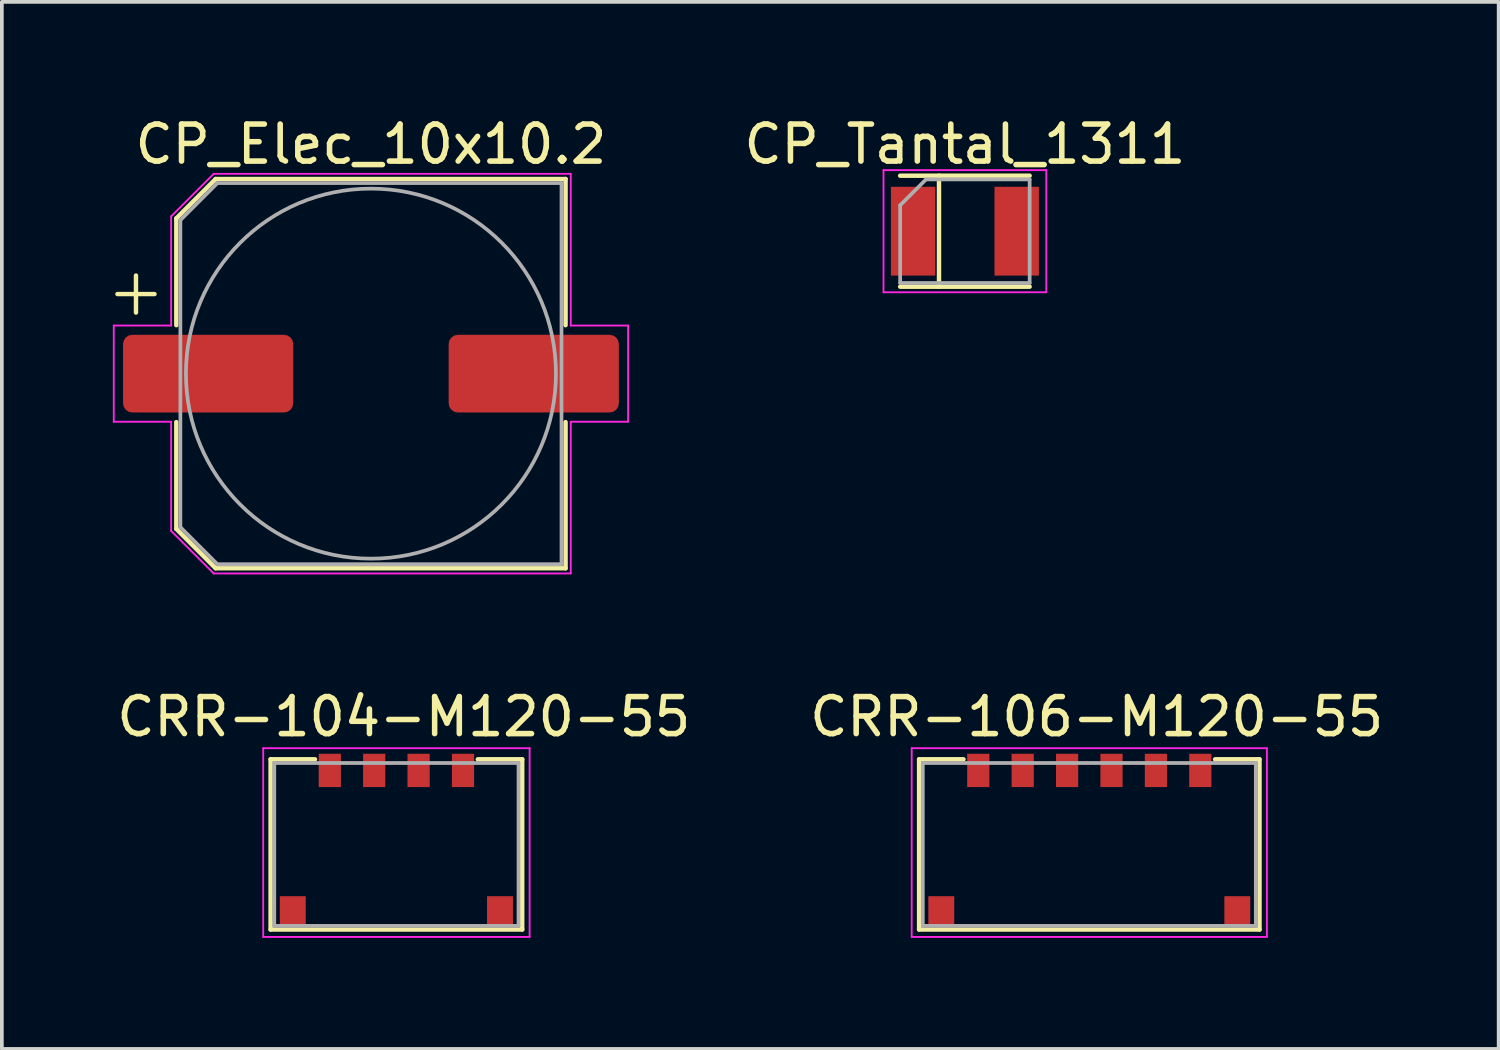
<source format=kicad_pcb>
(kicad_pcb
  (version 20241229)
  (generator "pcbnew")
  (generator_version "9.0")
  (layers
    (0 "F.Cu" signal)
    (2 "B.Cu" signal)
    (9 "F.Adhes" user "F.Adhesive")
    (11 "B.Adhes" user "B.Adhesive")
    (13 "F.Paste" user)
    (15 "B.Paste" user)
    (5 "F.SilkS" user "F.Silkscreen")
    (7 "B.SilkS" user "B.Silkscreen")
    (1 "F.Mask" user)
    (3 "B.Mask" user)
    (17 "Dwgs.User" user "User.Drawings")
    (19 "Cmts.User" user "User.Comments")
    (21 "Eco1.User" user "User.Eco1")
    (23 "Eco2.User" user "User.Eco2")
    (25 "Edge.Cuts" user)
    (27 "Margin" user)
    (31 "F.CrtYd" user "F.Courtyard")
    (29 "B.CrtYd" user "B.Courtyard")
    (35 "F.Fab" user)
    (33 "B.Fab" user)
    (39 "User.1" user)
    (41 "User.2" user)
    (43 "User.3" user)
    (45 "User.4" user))
  (footprint "CP_Tantal_1311"
    (layer "F.Cu")
    (at 23.027 3.198)
    (property "Reference" "CP_Tantal_1311" (at 0 -2.35 0) (layer "F.SilkS") (effects (font (size 1 1) (thickness 0.15))))
    (attr smd)
    (fp_line (start -1.75 -1.5) (end 1.75 -1.5) (stroke (width 0.12) (type solid)) (layer "F.SilkS"))
    (fp_line (start -1.75 1.5) (end 1.75 1.5) (stroke (width 0.12) (type solid)) (layer "F.SilkS"))
    (fp_line (start -0.7 -1.5) (end -0.7 1.5) (stroke (width 0.12) (type solid)) (layer "F.SilkS"))
    (fp_line (start -2.2 -1.65) (end 2.2 -1.65) (stroke (width 0.05) (type solid)) (layer "F.CrtYd"))
    (fp_line (start -2.2 1.65) (end -2.2 -1.65) (stroke (width 0.05) (type solid)) (layer "F.CrtYd"))
    (fp_line (start 2.2 -1.65) (end 2.2 1.65) (stroke (width 0.05) (type solid)) (layer "F.CrtYd"))
    (fp_line (start 2.2 1.65) (end -2.2 1.65) (stroke (width 0.05) (type solid)) (layer "F.CrtYd"))
    (fp_line (start -1.75 -0.7) (end -1.75 1.4) (stroke (width 0.1) (type solid)) (layer "F.Fab"))
    (fp_line (start -1.75 1.4) (end 1.75 1.4) (stroke (width 0.1) (type solid)) (layer "F.Fab"))
    (fp_line (start -1.05 -1.4) (end -1.75 -0.7) (stroke (width 0.1) (type solid)) (layer "F.Fab"))
    (fp_line (start 1.75 -1.4) (end -1.05 -1.4) (stroke (width 0.1) (type solid)) (layer "F.Fab"))
    (fp_line (start 1.75 1.4) (end 1.75 -1.4) (stroke (width 0.1) (type solid)) (layer "F.Fab"))
    (pad "1" smd rect (at -1.4 0) (size 1.2 2.4) (layers "F.Cu" "F.Mask" "F.Paste"))
    (pad "2" smd rect (at 1.4 0) (size 1.2 2.4) (layers "F.Cu" "F.Mask" "F.Paste")))
  (footprint "CP_Elec_10x10.2"
    (layer "F.Cu")
    (at 6.975 7.048)
    (property "Reference" "CP_Elec_10x10.2" (at 0 -6.2 0) (layer "F.SilkS") (effects (font (size 1 1) (thickness 0.15))))
    (attr smd)
    (fp_line (start -6.85 -2.151) (end -5.85 -2.151) (stroke (width 0.12) (type solid)) (layer "F.SilkS"))
    (fp_line (start -6.35 -2.651) (end -6.35 -1.651) (stroke (width 0.12) (type solid)) (layer "F.SilkS"))
    (fp_line (start -5.26 -4.196) (end -5.26 -1.31) (stroke (width 0.12) (type solid)) (layer "F.SilkS"))
    (fp_line (start -5.26 -4.196) (end -4.196 -5.26) (stroke (width 0.12) (type solid)) (layer "F.SilkS"))
    (fp_line (start -5.26 4.196) (end -5.26 1.31) (stroke (width 0.12) (type solid)) (layer "F.SilkS"))
    (fp_line (start -5.26 4.196) (end -4.196 5.26) (stroke (width 0.12) (type solid)) (layer "F.SilkS"))
    (fp_line (start -4.196 -5.26) (end 5.26 -5.26) (stroke (width 0.12) (type solid)) (layer "F.SilkS"))
    (fp_line (start -4.196 5.26) (end 5.26 5.26) (stroke (width 0.12) (type solid)) (layer "F.SilkS"))
    (fp_line (start 5.26 -5.26) (end 5.26 -1.31) (stroke (width 0.12) (type solid)) (layer "F.SilkS"))
    (fp_line (start 5.26 5.26) (end 5.26 1.31) (stroke (width 0.12) (type solid)) (layer "F.SilkS"))
    (fp_line (start -6.95 -1.3) (end -6.95 1.3) (stroke (width 0.05) (type solid)) (layer "F.CrtYd"))
    (fp_line (start -6.95 1.3) (end -5.4 1.3) (stroke (width 0.05) (type solid)) (layer "F.CrtYd"))
    (fp_line (start -5.4 -4.25) (end -5.4 -1.3) (stroke (width 0.05) (type solid)) (layer "F.CrtYd"))
    (fp_line (start -5.4 -4.25) (end -4.25 -5.4) (stroke (width 0.05) (type solid)) (layer "F.CrtYd"))
    (fp_line (start -5.4 -1.3) (end -6.95 -1.3) (stroke (width 0.05) (type solid)) (layer "F.CrtYd"))
    (fp_line (start -5.4 1.3) (end -5.4 4.25) (stroke (width 0.05) (type solid)) (layer "F.CrtYd"))
    (fp_line (start -5.4 4.25) (end -4.25 5.4) (stroke (width 0.05) (type solid)) (layer "F.CrtYd"))
    (fp_line (start -4.25 -5.4) (end 5.4 -5.4) (stroke (width 0.05) (type solid)) (layer "F.CrtYd"))
    (fp_line (start -4.25 5.4) (end 5.4 5.4) (stroke (width 0.05) (type solid)) (layer "F.CrtYd"))
    (fp_line (start 5.4 -5.4) (end 5.4 -1.3) (stroke (width 0.05) (type solid)) (layer "F.CrtYd"))
    (fp_line (start 5.4 -1.3) (end 6.95 -1.3) (stroke (width 0.05) (type solid)) (layer "F.CrtYd"))
    (fp_line (start 5.4 1.3) (end 5.4 5.4) (stroke (width 0.05) (type solid)) (layer "F.CrtYd"))
    (fp_line (start 6.95 -1.3) (end 6.95 1.3) (stroke (width 0.05) (type solid)) (layer "F.CrtYd"))
    (fp_line (start 6.95 1.3) (end 5.4 1.3) (stroke (width 0.05) (type solid)) (layer "F.CrtYd"))
    (fp_line (start -5.15 -4.15) (end -5.15 4.15) (stroke (width 0.1) (type solid)) (layer "F.Fab"))
    (fp_line (start -5.15 -4.15) (end -4.15 -5.15) (stroke (width 0.1) (type solid)) (layer "F.Fab"))
    (fp_line (start -5.15 4.15) (end -4.15 5.15) (stroke (width 0.1) (type solid)) (layer "F.Fab"))
    (fp_line (start -4.15 -5.15) (end 5.15 -5.15) (stroke (width 0.1) (type solid)) (layer "F.Fab"))
    (fp_line (start -4.15 5.15) (end 5.15 5.15) (stroke (width 0.1) (type solid)) (layer "F.Fab"))
    (fp_line (start 5.15 -5.15) (end 5.15 5.15) (stroke (width 0.1) (type solid)) (layer "F.Fab"))
    (fp_circle (center 0 0) (end 5 0) (stroke (width 0.1) (type solid)) (fill no) (layer "F.Fab"))
    (pad "1" smd roundrect (at -4.4 0) (size 4.6 2.1) (layers "F.Cu" "F.Mask" "F.Paste") (roundrect_rratio 0.119))
    (pad "2" smd roundrect (at 4.4 0) (size 4.6 2.1) (layers "F.Cu" "F.Mask" "F.Paste") (roundrect_rratio 0.119)))
  (footprint "CRR-106-M120-55"
    (layer "F.Cu")
    (at 26.389 19.771)
    (property "Reference" "CRR-106-M120-55" (at 0.2 -3.45 0) (layer "F.SilkS") (effects (font (size 1 1) (thickness 0.15))))
    (attr through_hole)
    (fp_line (start -4.6 -2.3) (end -4.6 2.3) (stroke (width 0.12) (type solid)) (layer "F.SilkS"))
    (fp_line (start -4.6 -2.3) (end -3.4 -2.3) (stroke (width 0.12) (type solid)) (layer "F.SilkS"))
    (fp_line (start -4.6 2.3) (end 4.6 2.3) (stroke (width 0.12) (type solid)) (layer "F.SilkS"))
    (fp_line (start 4.6 -2.3) (end 3.4 -2.3) (stroke (width 0.12) (type solid)) (layer "F.SilkS"))
    (fp_line (start 4.6 2.3) (end 4.6 -2.3) (stroke (width 0.12) (type solid)) (layer "F.SilkS"))
    (fp_line (start -4.8 -2.6) (end 4.8 -2.6) (stroke (width 0.05) (type solid)) (layer "F.CrtYd"))
    (fp_line (start -4.8 2.5) (end -4.8 -2.6) (stroke (width 0.05) (type solid)) (layer "F.CrtYd"))
    (fp_line (start 4.8 -2.6) (end 4.8 2.5) (stroke (width 0.05) (type solid)) (layer "F.CrtYd"))
    (fp_line (start 4.8 2.5) (end -4.8 2.5) (stroke (width 0.05) (type solid)) (layer "F.CrtYd"))
    (fp_line (start -4.5 -2.2) (end 4.5 -2.2) (stroke (width 0.1) (type solid)) (layer "F.Fab"))
    (fp_line (start -4.5 2.2) (end -4.5 -2.2) (stroke (width 0.1) (type solid)) (layer "F.Fab"))
    (fp_line (start 4.5 -2.2) (end 4.5 2.2) (stroke (width 0.1) (type solid)) (layer "F.Fab"))
    (fp_line (start 4.5 2.2) (end -4.5 2.2) (stroke (width 0.1) (type solid)) (layer "F.Fab"))
    (pad "" smd rect (at -4 1.8) (size 0.7 0.8) (layers "F.Cu" "F.Mask" "F.Paste"))
    (pad "" smd rect (at 4 1.8) (size 0.7 0.8) (layers "F.Cu" "F.Mask" "F.Paste"))
    (pad "1" smd rect (at -3 -2) (size 0.6 0.9) (layers "F.Cu" "F.Mask" "F.Paste"))
    (pad "2" smd rect (at -1.8 -2) (size 0.6 0.9) (layers "F.Cu" "F.Mask" "F.Paste"))
    (pad "3" smd rect (at -0.6 -2) (size 0.6 0.9) (layers "F.Cu" "F.Mask" "F.Paste"))
    (pad "4" smd rect (at 0.6 -2) (size 0.6 0.9) (layers "F.Cu" "F.Mask" "F.Paste"))
    (pad "5" smd rect (at 1.8 -2) (size 0.6 0.9) (layers "F.Cu" "F.Mask" "F.Paste"))
    (pad "6" smd rect (at 3 -2) (size 0.6 0.9) (layers "F.Cu" "F.Mask" "F.Paste")))
  (footprint "CRR-104-M120-55"
    (layer "F.Cu")
    (at 7.663 19.771)
    (property "Reference" "CRR-104-M120-55" (at 0.2 -3.45 0) (layer "F.SilkS") (effects (font (size 1 1) (thickness 0.15))))
    (attr through_hole)
    (fp_line (start -3.4 -2.3) (end -3.4 2.3) (stroke (width 0.12) (type solid)) (layer "F.SilkS"))
    (fp_line (start -3.4 -2.3) (end -2.2 -2.3) (stroke (width 0.12) (type solid)) (layer "F.SilkS"))
    (fp_line (start -3.4 2.3) (end 3.4 2.3) (stroke (width 0.12) (type solid)) (layer "F.SilkS"))
    (fp_line (start 3.4 -2.3) (end 2.2 -2.3) (stroke (width 0.12) (type solid)) (layer "F.SilkS"))
    (fp_line (start 3.4 2.3) (end 3.4 -2.3) (stroke (width 0.12) (type solid)) (layer "F.SilkS"))
    (fp_line (start -3.6 -2.6) (end 3.6 -2.6) (stroke (width 0.05) (type solid)) (layer "F.CrtYd"))
    (fp_line (start -3.6 2.5) (end -3.6 -2.6) (stroke (width 0.05) (type solid)) (layer "F.CrtYd"))
    (fp_line (start 3.6 -2.6) (end 3.6 2.5) (stroke (width 0.05) (type solid)) (layer "F.CrtYd"))
    (fp_line (start 3.6 2.5) (end -3.6 2.5) (stroke (width 0.05) (type solid)) (layer "F.CrtYd"))
    (fp_line (start -3.3 -2.2) (end 3.3 -2.2) (stroke (width 0.1) (type solid)) (layer "F.Fab"))
    (fp_line (start -3.3 2.2) (end -3.3 -2.2) (stroke (width 0.1) (type solid)) (layer "F.Fab"))
    (fp_line (start 3.3 -2.2) (end 3.3 2.2) (stroke (width 0.1) (type solid)) (layer "F.Fab"))
    (fp_line (start 3.3 2.2) (end -3.3 2.2) (stroke (width 0.1) (type solid)) (layer "F.Fab"))
    (pad "" smd rect (at -2.8 1.8) (size 0.7 0.8) (layers "F.Cu" "F.Mask" "F.Paste"))
    (pad "" smd rect (at 2.8 1.8) (size 0.7 0.8) (layers "F.Cu" "F.Mask" "F.Paste"))
    (pad "1" smd rect (at -1.8 -2) (size 0.6 0.9) (layers "F.Cu" "F.Mask" "F.Paste"))
    (pad "2" smd rect (at -0.6 -2) (size 0.6 0.9) (layers "F.Cu" "F.Mask" "F.Paste"))
    (pad "3" smd rect (at 0.6 -2) (size 0.6 0.9) (layers "F.Cu" "F.Mask" "F.Paste"))
    (pad "4" smd rect (at 1.8 -2) (size 0.6 0.9) (layers "F.Cu" "F.Mask" "F.Paste")))
  (gr_rect
    (start -3 -3)
    (end 37.452 25.297)
    (stroke (width 0.1) (type default))
    (fill no)
    (layer "Edge.Cuts")))
</source>
